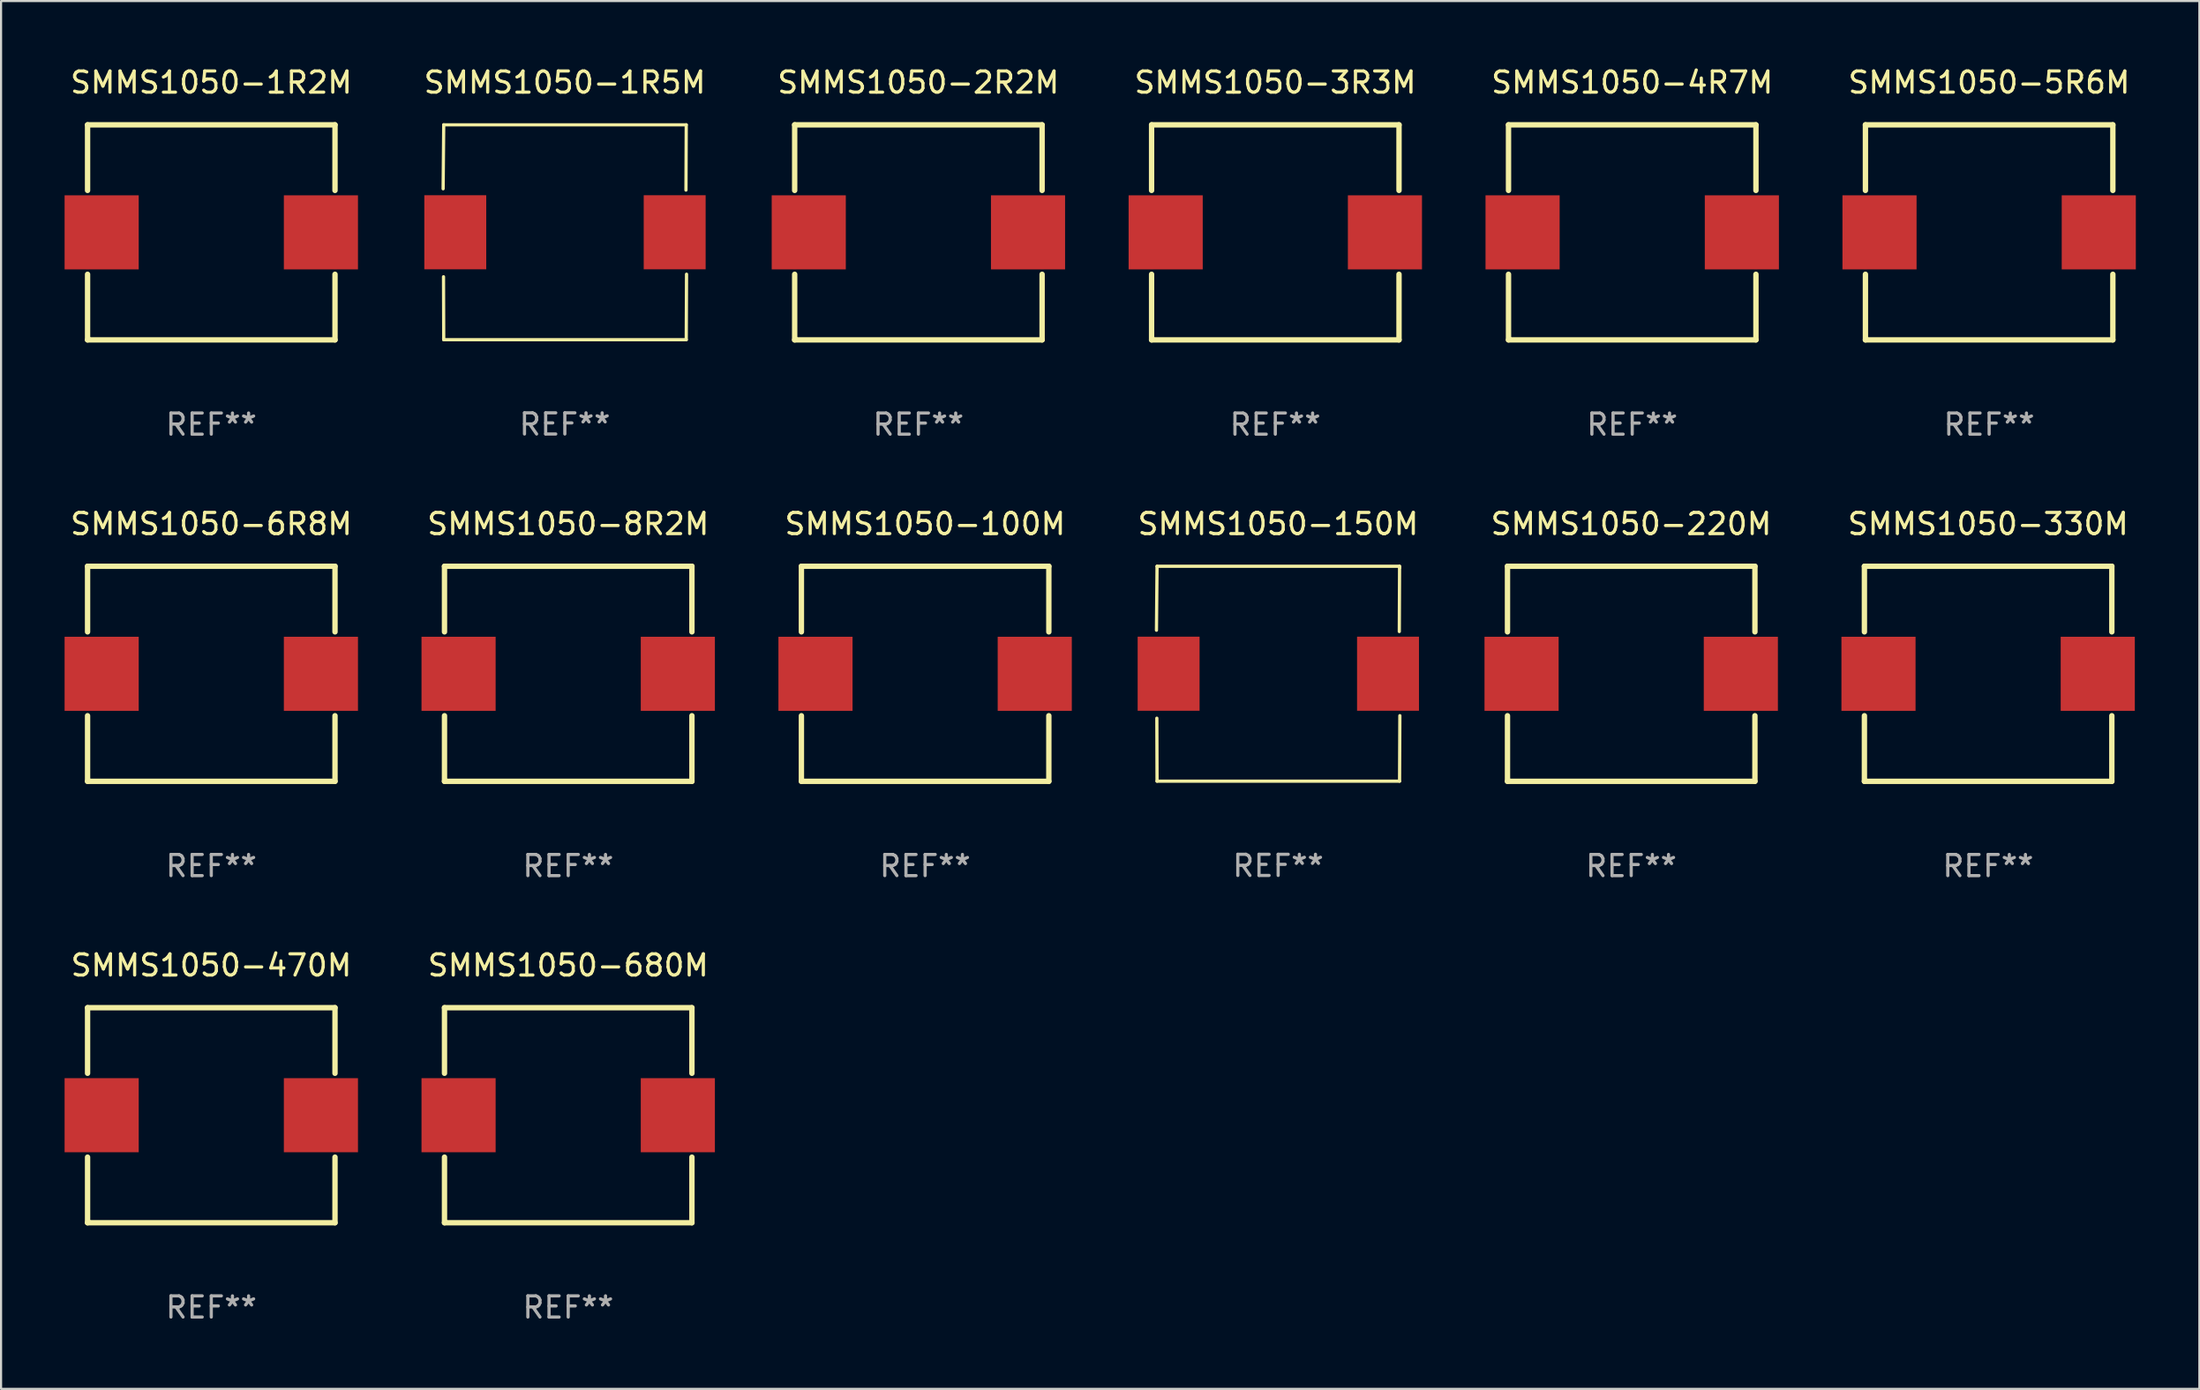
<source format=kicad_pcb>
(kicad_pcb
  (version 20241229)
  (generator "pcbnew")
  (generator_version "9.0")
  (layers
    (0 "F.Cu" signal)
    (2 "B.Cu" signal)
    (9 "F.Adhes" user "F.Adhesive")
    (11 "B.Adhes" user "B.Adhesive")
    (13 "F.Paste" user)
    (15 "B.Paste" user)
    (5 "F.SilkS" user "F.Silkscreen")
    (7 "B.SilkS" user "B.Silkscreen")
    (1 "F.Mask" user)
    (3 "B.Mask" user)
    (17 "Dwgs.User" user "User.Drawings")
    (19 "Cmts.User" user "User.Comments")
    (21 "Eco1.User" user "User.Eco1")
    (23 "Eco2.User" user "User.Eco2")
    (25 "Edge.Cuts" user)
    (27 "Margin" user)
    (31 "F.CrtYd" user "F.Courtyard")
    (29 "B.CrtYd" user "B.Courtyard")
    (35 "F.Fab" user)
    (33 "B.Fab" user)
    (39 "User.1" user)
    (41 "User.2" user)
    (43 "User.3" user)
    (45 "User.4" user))
  (footprint "SMMS1050-680M"
    (layer "F.Cu")
    (at 23.781 49.641)
    (property "Reference" "SMMS1050-680M" (at 0 -7.08 0) (layer "F.SilkS") (effects (font (size 1 1) (thickness 0.15))))
    (attr through_hole)
    (fp_line (start -5.842 -5.08) (end -5.842 -1.981) (stroke (width 0.254) (type solid)) (layer "F.SilkS"))
    (fp_line (start -5.842 1.981) (end -5.842 5.08) (stroke (width 0.254) (type solid)) (layer "F.SilkS"))
    (fp_line (start -5.842 5.08) (end 5.842 5.08) (stroke (width 0.254) (type solid)) (layer "F.SilkS"))
    (fp_line (start 5.842 -5.08) (end -5.842 -5.08) (stroke (width 0.254) (type solid)) (layer "F.SilkS"))
    (fp_line (start 5.842 -1.981) (end 5.842 -5.08) (stroke (width 0.254) (type solid)) (layer "F.SilkS"))
    (fp_line (start 5.842 5.08) (end 5.842 1.981) (stroke (width 0.254) (type solid)) (layer "F.SilkS"))
    (fp_circle (center -5.75 5) (end -5.72 5) (stroke (width 0.06) (type solid)) (fill no) (layer "F.SilkS"))
    (fp_text user "REF**" (at 0 9.08 0) (layer "F.Fab") (effects (font (size 1 1) (thickness 0.15))))
    (pad "1" smd rect (at -5.177 0) (size 3.5 3.5) (layers "F.Cu" "F.Mask" "F.Paste"))
    (pad "2" smd rect (at 5.177 0) (size 3.5 3.5) (layers "F.Cu" "F.Mask" "F.Paste")))
  (footprint "SMMS1050-100M"
    (layer "F.Cu")
    (at 40.635 28.785)
    (property "Reference" "SMMS1050-100M" (at 0 -7.08 0) (layer "F.SilkS") (effects (font (size 1 1) (thickness 0.15))))
    (attr through_hole)
    (fp_line (start -5.842 -5.08) (end -5.842 -1.981) (stroke (width 0.254) (type solid)) (layer "F.SilkS"))
    (fp_line (start -5.842 1.981) (end -5.842 5.08) (stroke (width 0.254) (type solid)) (layer "F.SilkS"))
    (fp_line (start -5.842 5.08) (end 5.842 5.08) (stroke (width 0.254) (type solid)) (layer "F.SilkS"))
    (fp_line (start 5.842 -5.08) (end -5.842 -5.08) (stroke (width 0.254) (type solid)) (layer "F.SilkS"))
    (fp_line (start 5.842 -1.981) (end 5.842 -5.08) (stroke (width 0.254) (type solid)) (layer "F.SilkS"))
    (fp_line (start 5.842 5.08) (end 5.842 1.981) (stroke (width 0.254) (type solid)) (layer "F.SilkS"))
    (fp_circle (center -5.75 5) (end -5.72 5) (stroke (width 0.06) (type solid)) (fill no) (layer "F.SilkS"))
    (fp_text user "REF**" (at 0 9.08 0) (layer "F.Fab") (effects (font (size 1 1) (thickness 0.15))))
    (pad "1" smd rect (at -5.177 0) (size 3.5 3.5) (layers "F.Cu" "F.Mask" "F.Paste"))
    (pad "2" smd rect (at 5.177 0) (size 3.5 3.5) (layers "F.Cu" "F.Mask" "F.Paste")))
  (footprint "SMMS1050-1R2M"
    (layer "F.Cu")
    (at 6.927 7.928)
    (property "Reference" "SMMS1050-1R2M" (at 0 -7.08 0) (layer "F.SilkS") (effects (font (size 1 1) (thickness 0.15))))
    (attr through_hole)
    (fp_line (start -5.842 -5.08) (end -5.842 -1.981) (stroke (width 0.254) (type solid)) (layer "F.SilkS"))
    (fp_line (start -5.842 1.981) (end -5.842 5.08) (stroke (width 0.254) (type solid)) (layer "F.SilkS"))
    (fp_line (start -5.842 5.08) (end 5.842 5.08) (stroke (width 0.254) (type solid)) (layer "F.SilkS"))
    (fp_line (start 5.842 -5.08) (end -5.842 -5.08) (stroke (width 0.254) (type solid)) (layer "F.SilkS"))
    (fp_line (start 5.842 -1.981) (end 5.842 -5.08) (stroke (width 0.254) (type solid)) (layer "F.SilkS"))
    (fp_line (start 5.842 5.08) (end 5.842 1.981) (stroke (width 0.254) (type solid)) (layer "F.SilkS"))
    (fp_circle (center -5.75 5) (end -5.72 5) (stroke (width 0.06) (type solid)) (fill no) (layer "F.SilkS"))
    (fp_text user "REF**" (at 0 9.08 0) (layer "F.Fab") (effects (font (size 1 1) (thickness 0.15))))
    (pad "1" smd rect (at -5.177 0) (size 3.5 3.5) (layers "F.Cu" "F.Mask" "F.Paste"))
    (pad "2" smd rect (at 5.177 0) (size 3.5 3.5) (layers "F.Cu" "F.Mask" "F.Paste")))
  (footprint "SMMS1050-5R6M"
    (layer "F.Cu")
    (at 90.879 7.928)
    (property "Reference" "SMMS1050-5R6M" (at 0 -7.08 0) (layer "F.SilkS") (effects (font (size 1 1) (thickness 0.15))))
    (attr through_hole)
    (fp_line (start -5.842 -5.08) (end -5.842 -1.981) (stroke (width 0.254) (type solid)) (layer "F.SilkS"))
    (fp_line (start -5.842 1.981) (end -5.842 5.08) (stroke (width 0.254) (type solid)) (layer "F.SilkS"))
    (fp_line (start -5.842 5.08) (end 5.842 5.08) (stroke (width 0.254) (type solid)) (layer "F.SilkS"))
    (fp_line (start 5.842 -5.08) (end -5.842 -5.08) (stroke (width 0.254) (type solid)) (layer "F.SilkS"))
    (fp_line (start 5.842 -1.981) (end 5.842 -5.08) (stroke (width 0.254) (type solid)) (layer "F.SilkS"))
    (fp_line (start 5.842 5.08) (end 5.842 1.981) (stroke (width 0.254) (type solid)) (layer "F.SilkS"))
    (fp_circle (center -5.75 5) (end -5.72 5) (stroke (width 0.06) (type solid)) (fill no) (layer "F.SilkS"))
    (fp_text user "REF**" (at 0 9.08 0) (layer "F.Fab") (effects (font (size 1 1) (thickness 0.15))))
    (pad "1" smd rect (at -5.177 0) (size 3.5 3.5) (layers "F.Cu" "F.Mask" "F.Paste"))
    (pad "2" smd rect (at 5.177 0) (size 3.5 3.5) (layers "F.Cu" "F.Mask" "F.Paste")))
  (footprint "SMMS1050-2R2M"
    (layer "F.Cu")
    (at 40.317 7.928)
    (property "Reference" "SMMS1050-2R2M" (at 0 -7.08 0) (layer "F.SilkS") (effects (font (size 1 1) (thickness 0.15))))
    (attr through_hole)
    (fp_line (start -5.842 -5.08) (end -5.842 -1.981) (stroke (width 0.254) (type solid)) (layer "F.SilkS"))
    (fp_line (start -5.842 1.981) (end -5.842 5.08) (stroke (width 0.254) (type solid)) (layer "F.SilkS"))
    (fp_line (start -5.842 5.08) (end 5.842 5.08) (stroke (width 0.254) (type solid)) (layer "F.SilkS"))
    (fp_line (start 5.842 -5.08) (end -5.842 -5.08) (stroke (width 0.254) (type solid)) (layer "F.SilkS"))
    (fp_line (start 5.842 -1.981) (end 5.842 -5.08) (stroke (width 0.254) (type solid)) (layer "F.SilkS"))
    (fp_line (start 5.842 5.08) (end 5.842 1.981) (stroke (width 0.254) (type solid)) (layer "F.SilkS"))
    (fp_circle (center -5.75 5) (end -5.72 5) (stroke (width 0.06) (type solid)) (fill no) (layer "F.SilkS"))
    (fp_text user "REF**" (at 0 9.08 0) (layer "F.Fab") (effects (font (size 1 1) (thickness 0.15))))
    (pad "1" smd rect (at -5.177 0) (size 3.5 3.5) (layers "F.Cu" "F.Mask" "F.Paste"))
    (pad "2" smd rect (at 5.177 0) (size 3.5 3.5) (layers "F.Cu" "F.Mask" "F.Paste")))
  (footprint "SMMS1050-1R5M"
    (layer "F.Cu")
    (at 23.622 7.924)
    (property "Reference" "SMMS1050-1R5M" (at 0 -7.076 0) (layer "F.SilkS") (effects (font (size 1 1) (thickness 0.15))))
    (attr through_hole)
    (fp_line (start -5.747 -2.055) (end -5.719 -5.076) (stroke (width 0.152) (type solid)) (layer "F.SilkS"))
    (fp_line (start -5.729 2.102) (end -5.719 5.076) (stroke (width 0.152) (type solid)) (layer "F.SilkS"))
    (fp_line (start -5.719 -5.076) (end 5.733 -5.076) (stroke (width 0.152) (type solid)) (layer "F.SilkS"))
    (fp_line (start -5.719 5.076) (end 5.733 5.076) (stroke (width 0.152) (type solid)) (layer "F.SilkS"))
    (fp_line (start 5.733 -5.076) (end 5.72 -1.993) (stroke (width 0.152) (type solid)) (layer "F.SilkS"))
    (fp_line (start 5.733 5.076) (end 5.747 1.981) (stroke (width 0.152) (type solid)) (layer "F.SilkS"))
    (fp_circle (center -5.743 5) (end -5.713 5) (stroke (width 0.06) (type solid)) (fill no) (layer "F.SilkS"))
    (fp_text user "REF**" (at 0 9.076 0) (layer "F.Fab") (effects (font (size 1 1) (thickness 0.15))))
    (pad "1" smd rect (at -5.173 0) (size 2.924 3.5) (layers "F.Cu" "F.Mask" "F.Paste"))
    (pad "2" smd rect (at 5.187 0) (size 2.924 3.5) (layers "F.Cu" "F.Mask" "F.Paste")))
  (footprint "SMMS1050-220M"
    (layer "F.Cu")
    (at 73.977 28.785)
    (property "Reference" "SMMS1050-220M" (at 0 -7.08 0) (layer "F.SilkS") (effects (font (size 1 1) (thickness 0.15))))
    (attr through_hole)
    (fp_line (start -5.842 -5.08) (end -5.842 -1.981) (stroke (width 0.254) (type solid)) (layer "F.SilkS"))
    (fp_line (start -5.842 1.981) (end -5.842 5.08) (stroke (width 0.254) (type solid)) (layer "F.SilkS"))
    (fp_line (start -5.842 5.08) (end 5.842 5.08) (stroke (width 0.254) (type solid)) (layer "F.SilkS"))
    (fp_line (start 5.842 -5.08) (end -5.842 -5.08) (stroke (width 0.254) (type solid)) (layer "F.SilkS"))
    (fp_line (start 5.842 -1.981) (end 5.842 -5.08) (stroke (width 0.254) (type solid)) (layer "F.SilkS"))
    (fp_line (start 5.842 5.08) (end 5.842 1.981) (stroke (width 0.254) (type solid)) (layer "F.SilkS"))
    (fp_circle (center -5.75 5) (end -5.72 5) (stroke (width 0.06) (type solid)) (fill no) (layer "F.SilkS"))
    (fp_text user "REF**" (at 0 9.08 0) (layer "F.Fab") (effects (font (size 1 1) (thickness 0.15))))
    (pad "1" smd rect (at -5.177 0) (size 3.5 3.5) (layers "F.Cu" "F.Mask" "F.Paste"))
    (pad "2" smd rect (at 5.177 0) (size 3.5 3.5) (layers "F.Cu" "F.Mask" "F.Paste")))
  (footprint "SMMS1050-150M"
    (layer "F.Cu")
    (at 57.306 28.781)
    (property "Reference" "SMMS1050-150M" (at 0 -7.076 0) (layer "F.SilkS") (effects (font (size 1 1) (thickness 0.15))))
    (attr through_hole)
    (fp_line (start -5.747 -2.055) (end -5.719 -5.076) (stroke (width 0.152) (type solid)) (layer "F.SilkS"))
    (fp_line (start -5.729 2.102) (end -5.719 5.076) (stroke (width 0.152) (type solid)) (layer "F.SilkS"))
    (fp_line (start -5.719 -5.076) (end 5.733 -5.076) (stroke (width 0.152) (type solid)) (layer "F.SilkS"))
    (fp_line (start -5.719 5.076) (end 5.733 5.076) (stroke (width 0.152) (type solid)) (layer "F.SilkS"))
    (fp_line (start 5.733 -5.076) (end 5.72 -1.993) (stroke (width 0.152) (type solid)) (layer "F.SilkS"))
    (fp_line (start 5.733 5.076) (end 5.747 1.981) (stroke (width 0.152) (type solid)) (layer "F.SilkS"))
    (fp_circle (center 5.757 -5) (end 5.787 -5) (stroke (width 0.06) (type solid)) (fill no) (layer "F.SilkS"))
    (fp_text user "REF**" (at 0 9.076 0) (layer "F.Fab") (effects (font (size 1 1) (thickness 0.15))))
    (pad "1" smd rect (at 5.187 0) (size 2.924 3.5) (layers "F.Cu" "F.Mask" "F.Paste"))
    (pad "2" smd rect (at -5.173 0) (size 2.924 3.5) (layers "F.Cu" "F.Mask" "F.Paste")))
  (footprint "SMMS1050-470M"
    (layer "F.Cu")
    (at 6.927 49.641)
    (property "Reference" "SMMS1050-470M" (at 0 -7.08 0) (layer "F.SilkS") (effects (font (size 1 1) (thickness 0.15))))
    (attr through_hole)
    (fp_line (start -5.842 -5.08) (end -5.842 -1.981) (stroke (width 0.254) (type solid)) (layer "F.SilkS"))
    (fp_line (start -5.842 1.981) (end -5.842 5.08) (stroke (width 0.254) (type solid)) (layer "F.SilkS"))
    (fp_line (start -5.842 5.08) (end 5.842 5.08) (stroke (width 0.254) (type solid)) (layer "F.SilkS"))
    (fp_line (start 5.842 -5.08) (end -5.842 -5.08) (stroke (width 0.254) (type solid)) (layer "F.SilkS"))
    (fp_line (start 5.842 -1.981) (end 5.842 -5.08) (stroke (width 0.254) (type solid)) (layer "F.SilkS"))
    (fp_line (start 5.842 5.08) (end 5.842 1.981) (stroke (width 0.254) (type solid)) (layer "F.SilkS"))
    (fp_circle (center -5.75 5) (end -5.72 5) (stroke (width 0.06) (type solid)) (fill no) (layer "F.SilkS"))
    (fp_text user "REF**" (at 0 9.08 0) (layer "F.Fab") (effects (font (size 1 1) (thickness 0.15))))
    (pad "1" smd rect (at -5.177 0) (size 3.5 3.5) (layers "F.Cu" "F.Mask" "F.Paste"))
    (pad "2" smd rect (at 5.177 0) (size 3.5 3.5) (layers "F.Cu" "F.Mask" "F.Paste")))
  (footprint "SMMS1050-330M"
    (layer "F.Cu")
    (at 90.831 28.785)
    (property "Reference" "SMMS1050-330M" (at 0 -7.08 0) (layer "F.SilkS") (effects (font (size 1 1) (thickness 0.15))))
    (attr through_hole)
    (fp_line (start -5.842 -5.08) (end -5.842 -1.981) (stroke (width 0.254) (type solid)) (layer "F.SilkS"))
    (fp_line (start -5.842 1.981) (end -5.842 5.08) (stroke (width 0.254) (type solid)) (layer "F.SilkS"))
    (fp_line (start -5.842 5.08) (end 5.842 5.08) (stroke (width 0.254) (type solid)) (layer "F.SilkS"))
    (fp_line (start 5.842 -5.08) (end -5.842 -5.08) (stroke (width 0.254) (type solid)) (layer "F.SilkS"))
    (fp_line (start 5.842 -1.981) (end 5.842 -5.08) (stroke (width 0.254) (type solid)) (layer "F.SilkS"))
    (fp_line (start 5.842 5.08) (end 5.842 1.981) (stroke (width 0.254) (type solid)) (layer "F.SilkS"))
    (fp_circle (center -5.75 5) (end -5.72 5) (stroke (width 0.06) (type solid)) (fill no) (layer "F.SilkS"))
    (fp_text user "REF**" (at 0 9.08 0) (layer "F.Fab") (effects (font (size 1 1) (thickness 0.15))))
    (pad "1" smd rect (at -5.177 0) (size 3.5 3.5) (layers "F.Cu" "F.Mask" "F.Paste"))
    (pad "2" smd rect (at 5.177 0) (size 3.5 3.5) (layers "F.Cu" "F.Mask" "F.Paste")))
  (footprint "SMMS1050-3R3M"
    (layer "F.Cu")
    (at 57.171 7.928)
    (property "Reference" "SMMS1050-3R3M" (at 0 -7.08 0) (layer "F.SilkS") (effects (font (size 1 1) (thickness 0.15))))
    (attr through_hole)
    (fp_line (start -5.842 -5.08) (end -5.842 -1.981) (stroke (width 0.254) (type solid)) (layer "F.SilkS"))
    (fp_line (start -5.842 1.981) (end -5.842 5.08) (stroke (width 0.254) (type solid)) (layer "F.SilkS"))
    (fp_line (start -5.842 5.08) (end 5.842 5.08) (stroke (width 0.254) (type solid)) (layer "F.SilkS"))
    (fp_line (start 5.842 -5.08) (end -5.842 -5.08) (stroke (width 0.254) (type solid)) (layer "F.SilkS"))
    (fp_line (start 5.842 -1.981) (end 5.842 -5.08) (stroke (width 0.254) (type solid)) (layer "F.SilkS"))
    (fp_line (start 5.842 5.08) (end 5.842 1.981) (stroke (width 0.254) (type solid)) (layer "F.SilkS"))
    (fp_circle (center -5.75 5) (end -5.72 5) (stroke (width 0.06) (type solid)) (fill no) (layer "F.SilkS"))
    (fp_text user "REF**" (at 0 9.08 0) (layer "F.Fab") (effects (font (size 1 1) (thickness 0.15))))
    (pad "1" smd rect (at -5.177 0) (size 3.5 3.5) (layers "F.Cu" "F.Mask" "F.Paste"))
    (pad "2" smd rect (at 5.177 0) (size 3.5 3.5) (layers "F.Cu" "F.Mask" "F.Paste")))
  (footprint "SMMS1050-4R7M"
    (layer "F.Cu")
    (at 74.025 7.928)
    (property "Reference" "SMMS1050-4R7M" (at 0 -7.08 0) (layer "F.SilkS") (effects (font (size 1 1) (thickness 0.15))))
    (attr through_hole)
    (fp_line (start -5.842 -5.08) (end -5.842 -1.981) (stroke (width 0.254) (type solid)) (layer "F.SilkS"))
    (fp_line (start -5.842 1.981) (end -5.842 5.08) (stroke (width 0.254) (type solid)) (layer "F.SilkS"))
    (fp_line (start -5.842 5.08) (end 5.842 5.08) (stroke (width 0.254) (type solid)) (layer "F.SilkS"))
    (fp_line (start 5.842 -5.08) (end -5.842 -5.08) (stroke (width 0.254) (type solid)) (layer "F.SilkS"))
    (fp_line (start 5.842 -1.981) (end 5.842 -5.08) (stroke (width 0.254) (type solid)) (layer "F.SilkS"))
    (fp_line (start 5.842 5.08) (end 5.842 1.981) (stroke (width 0.254) (type solid)) (layer "F.SilkS"))
    (fp_circle (center -5.75 5) (end -5.72 5) (stroke (width 0.06) (type solid)) (fill no) (layer "F.SilkS"))
    (fp_text user "REF**" (at 0 9.08 0) (layer "F.Fab") (effects (font (size 1 1) (thickness 0.15))))
    (pad "1" smd rect (at -5.177 0) (size 3.5 3.5) (layers "F.Cu" "F.Mask" "F.Paste"))
    (pad "2" smd rect (at 5.177 0) (size 3.5 3.5) (layers "F.Cu" "F.Mask" "F.Paste")))
  (footprint "SMMS1050-8R2M"
    (layer "F.Cu")
    (at 23.781 28.785)
    (property "Reference" "SMMS1050-8R2M" (at 0 -7.08 0) (layer "F.SilkS") (effects (font (size 1 1) (thickness 0.15))))
    (attr through_hole)
    (fp_line (start -5.842 -5.08) (end -5.842 -1.981) (stroke (width 0.254) (type solid)) (layer "F.SilkS"))
    (fp_line (start -5.842 1.981) (end -5.842 5.08) (stroke (width 0.254) (type solid)) (layer "F.SilkS"))
    (fp_line (start -5.842 5.08) (end 5.842 5.08) (stroke (width 0.254) (type solid)) (layer "F.SilkS"))
    (fp_line (start 5.842 -5.08) (end -5.842 -5.08) (stroke (width 0.254) (type solid)) (layer "F.SilkS"))
    (fp_line (start 5.842 -1.981) (end 5.842 -5.08) (stroke (width 0.254) (type solid)) (layer "F.SilkS"))
    (fp_line (start 5.842 5.08) (end 5.842 1.981) (stroke (width 0.254) (type solid)) (layer "F.SilkS"))
    (fp_circle (center -5.75 5) (end -5.72 5) (stroke (width 0.06) (type solid)) (fill no) (layer "F.SilkS"))
    (fp_text user "REF**" (at 0 9.08 0) (layer "F.Fab") (effects (font (size 1 1) (thickness 0.15))))
    (pad "1" smd rect (at -5.177 0) (size 3.5 3.5) (layers "F.Cu" "F.Mask" "F.Paste"))
    (pad "2" smd rect (at 5.177 0) (size 3.5 3.5) (layers "F.Cu" "F.Mask" "F.Paste")))
  (footprint "SMMS1050-6R8M"
    (layer "F.Cu")
    (at 6.927 28.785)
    (property "Reference" "SMMS1050-6R8M" (at 0 -7.08 0) (layer "F.SilkS") (effects (font (size 1 1) (thickness 0.15))))
    (attr through_hole)
    (fp_line (start -5.842 -5.08) (end -5.842 -1.981) (stroke (width 0.254) (type solid)) (layer "F.SilkS"))
    (fp_line (start -5.842 1.981) (end -5.842 5.08) (stroke (width 0.254) (type solid)) (layer "F.SilkS"))
    (fp_line (start -5.842 5.08) (end 5.842 5.08) (stroke (width 0.254) (type solid)) (layer "F.SilkS"))
    (fp_line (start 5.842 -5.08) (end -5.842 -5.08) (stroke (width 0.254) (type solid)) (layer "F.SilkS"))
    (fp_line (start 5.842 -1.981) (end 5.842 -5.08) (stroke (width 0.254) (type solid)) (layer "F.SilkS"))
    (fp_line (start 5.842 5.08) (end 5.842 1.981) (stroke (width 0.254) (type solid)) (layer "F.SilkS"))
    (fp_circle (center -5.75 5) (end -5.72 5) (stroke (width 0.06) (type solid)) (fill no) (layer "F.SilkS"))
    (fp_text user "REF**" (at 0 9.08 0) (layer "F.Fab") (effects (font (size 1 1) (thickness 0.15))))
    (pad "1" smd rect (at -5.177 0) (size 3.5 3.5) (layers "F.Cu" "F.Mask" "F.Paste"))
    (pad "2" smd rect (at 5.177 0) (size 3.5 3.5) (layers "F.Cu" "F.Mask" "F.Paste")))
  (gr_rect
    (start -3 -3)
    (end 100.806 62.57)
    (stroke (width 0.1) (type default))
    (fill no)
    (layer "Edge.Cuts")))
</source>
